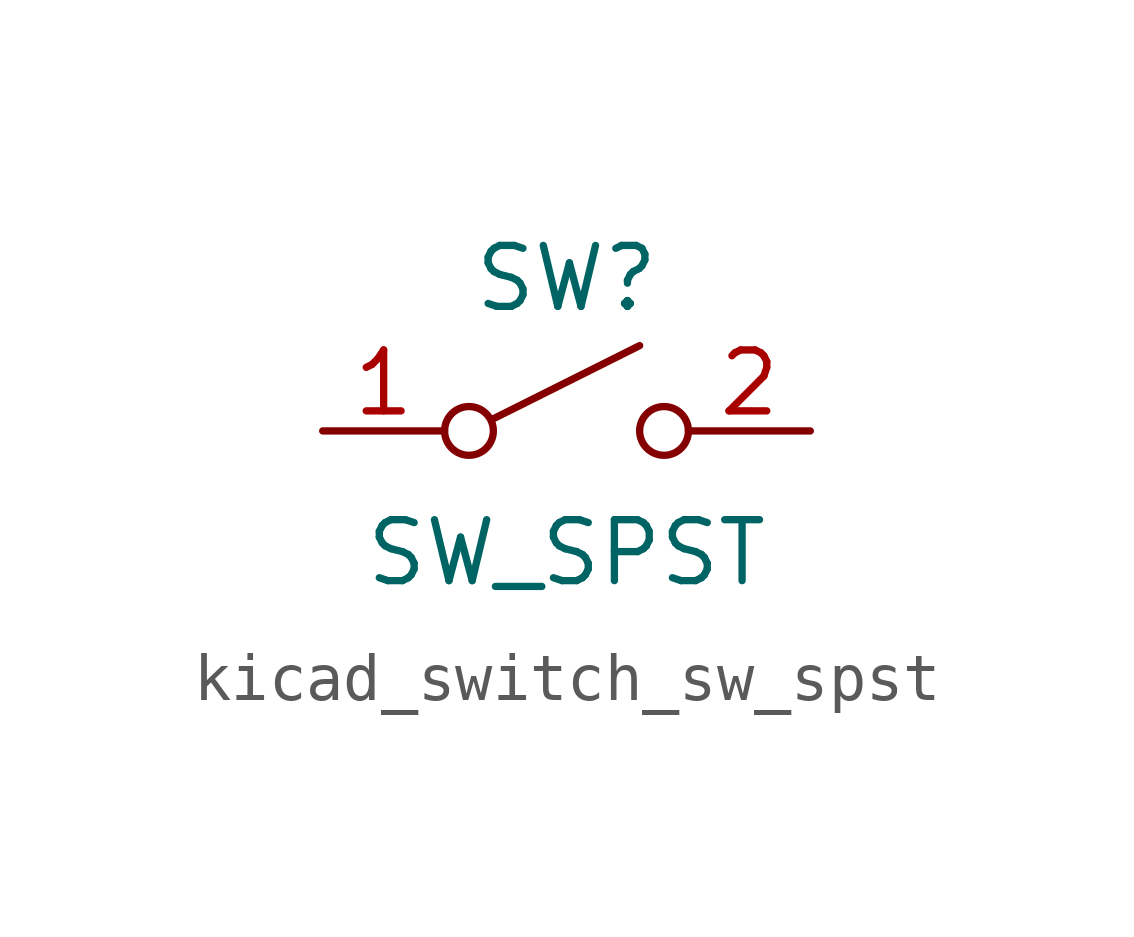
<source format=kicad_sym>
(kicad_symbol_lib
  (version 20220914)
  (generator kicad_symbol_editor)
  (symbol "kicad_switch_sw_spst"
    (pin_names
      (offset 0) hide)
    (property "Reference" "SW"
      (at 0 3.175 0)
      (effects (font (size 1.27 1.27))))
    (property "Value" "SW_SPST"
      (at 0 -2.54 0)
      (effects (font (size 1.27 1.27))))
    (symbol "kicad_switch_sw_spst_0_0"
      (circle (center -2.032 0) (radius 0.508) (stroke (width 0) (type default)) (fill (type none)))
      (polyline (pts (xy -1.524 0.254) (xy 1.524 1.778)) (stroke (width 0) (type default)) (fill (type none)))
      (circle (center 2.032 0) (radius 0.508) (stroke (width 0) (type default)) (fill (type none))))
    (symbol "kicad_switch_sw_spst_1_1"
      (pin passive line (at -5.08 0 0) (length 2.54) (name "A" (effects (font (size 1.27 1.27)))) (number "1" (effects (font (size 1.27 1.27)))))
      (pin passive line (at 5.08 0 180) (length 2.54) (name "B" (effects (font (size 1.27 1.27)))) (number "2" (effects (font (size 1.27 1.27))))))))
</source>
